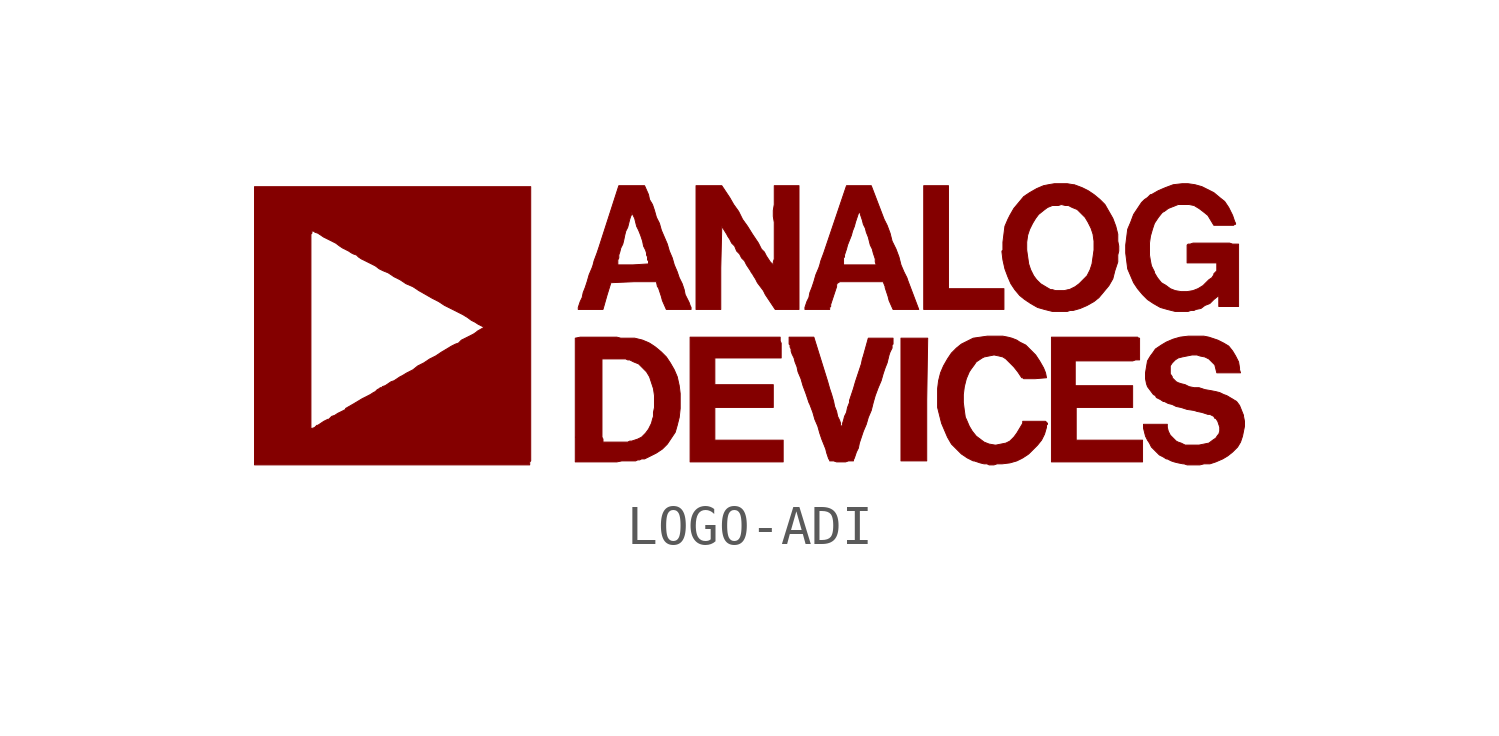
<source format=kicad_sym>
(kicad_symbol_lib
  (version 20201005)
  (generator kicad_symbol_editor)
  (symbol "LOGO-ADI"
    (pin_names
      (offset 1.016))
    (property "Reference" "#G"
      (at 0 -2.845 0)
      (effects (font (size 1.524 1.524)) hide))
    (symbol "LOGO-ADI_0_0"
      (polyline (pts (xy 4.547 -1.93) (xy 4.572 -0.356) (xy 3.886 -0.356) (xy 3.886 -3.505) (xy 4.547 -3.505) (xy 4.547 -1.93)) (stroke (width 0.025)) (fill (type outline)))
      (polyline (pts (xy 6.528 0.914) (xy 5.105 0.914) (xy 5.105 3.556) (xy 4.47 3.556) (xy 4.47 0.381) (xy 6.528 0.381) (xy 6.528 0.914)) (stroke (width 0.025)) (fill (type outline)))
      (polyline (pts (xy 0.864 -2.972) (xy -0.889 -2.972) (xy -0.889 -2.134) (xy 0.61 -2.134) (xy 0.61 -1.549) (xy -0.889 -1.549) (xy -0.889 -0.864) (xy 0.813 -0.864) (xy 0.813 -0.483) (xy 0.787 -0.432) (xy 0.787 -0.33) (xy -1.524 -0.33) (xy -1.524 -3.531) (xy 0.864 -3.531) (xy 0.864 -2.972)) (stroke (width 0.025)) (fill (type outline)))
      (polyline (pts (xy 10.084 -2.972) (xy 8.382 -2.972) (xy 8.382 -2.134) (xy 9.83 -2.134) (xy 9.83 -1.575) (xy 8.357 -1.575) (xy 8.357 -0.94) (xy 9.83 -0.94) (xy 9.906 -0.914) (xy 10.008 -0.914) (xy 10.008 -0.356) (xy 9.982 -0.356) (xy 9.957 -0.33) (xy 7.747 -0.33) (xy 7.747 -3.531) (xy 10.084 -3.531) (xy 10.084 -2.972)) (stroke (width 0.025)) (fill (type outline)))
      (polyline (pts (xy 0.533 1.6) (xy 0.432 1.753) (xy 0.381 1.854) (xy 0.305 1.93) (xy 0.229 2.083) (xy 0.076 2.311) (xy -0.051 2.515) (xy -0.178 2.692) (xy -0.279 2.896) (xy -0.406 3.073) (xy -0.508 3.251) (xy -0.711 3.556) (xy -1.372 3.556) (xy -1.372 0.381) (xy -0.737 0.381) (xy -0.737 1.448) (xy -0.711 2.515) (xy -0.584 2.311) (xy -0.559 2.261) (xy -0.508 2.184) (xy -0.457 2.083) (xy -0.381 2.007) (xy -0.33 1.88) (xy -0.254 1.803) (xy -0.203 1.702) (xy -0.127 1.626) (xy -0.076 1.524) (xy 0.025 1.372) (xy 0.051 1.321) (xy 0.076 1.295) (xy 0.102 1.245) (xy 0.152 1.168) (xy 0.203 1.067) (xy 0.356 0.864) (xy 0.406 0.762) (xy 0.66 0.381) (xy 1.27 0.381) (xy 1.27 3.556) (xy 0.635 3.556) (xy 0.635 3.073) (xy 0.61 2.921) (xy 0.61 2.769) (xy 0.635 2.616) (xy 0.635 1.676) (xy 0.61 1.6) (xy 0.61 1.524) (xy 0.584 1.549) (xy 0.533 1.6)) (stroke (width 0.025)) (fill (type outline)))
      (polyline (pts (xy -3.277 -3.505) (xy -2.921 -3.505) (xy -2.87 -3.48) (xy -2.819 -3.48) (xy -2.769 -3.454) (xy -2.692 -3.454) (xy -2.388 -3.302) (xy -2.235 -3.2) (xy -2.108 -3.073) (xy -1.905 -2.769) (xy -1.854 -2.591) (xy -1.803 -2.388) (xy -1.778 -2.159) (xy -1.778 -1.778) (xy -1.803 -1.575) (xy -1.854 -1.346) (xy -1.93 -1.168) (xy -2.032 -0.991) (xy -2.134 -0.838) (xy -2.261 -0.711) (xy -2.413 -0.584) (xy -2.565 -0.483) (xy -2.743 -0.406) (xy -2.946 -0.356) (xy -3.302 -0.356) (xy -3.404 -0.33) (xy -4.343 -0.33) (xy -4.47 -0.356) (xy -4.47 -2.896) (xy -3.785 -2.896) (xy -3.785 -0.889) (xy -3.175 -0.889) (xy -3.124 -0.914) (xy -3.073 -0.914) (xy -2.972 -0.965) (xy -2.845 -1.016) (xy -2.642 -1.219) (xy -2.565 -1.346) (xy -2.464 -1.651) (xy -2.438 -1.829) (xy -2.438 -2.134) (xy -2.464 -2.261) (xy -2.464 -2.362) (xy -2.489 -2.438) (xy -2.515 -2.54) (xy -2.591 -2.692) (xy -2.667 -2.794) (xy -2.769 -2.896) (xy -2.87 -2.946) (xy -3.023 -2.997) (xy -3.073 -2.997) (xy -3.124 -3.023) (xy -3.759 -3.023) (xy -3.759 -2.946) (xy -3.785 -2.896) (xy -4.47 -2.896) (xy -4.47 -3.531) (xy -3.404 -3.531) (xy -3.277 -3.505)) (stroke (width 0.025)) (fill (type outline)))
      (polyline (pts (xy 2.057 0.432) (xy 2.083 0.457) (xy 2.083 0.508) (xy 2.235 0.965) (xy 2.235 1.016) (xy 2.261 1.067) (xy 2.286 1.067) (xy 2.311 1.092) (xy 3.429 1.092) (xy 3.48 0.965) (xy 3.48 0.94) (xy 3.556 0.711) (xy 3.581 0.61) (xy 3.683 0.381) (xy 4.343 0.381) (xy 4.064 1.118) (xy 4.039 1.194) (xy 3.962 1.346) (xy 3.886 1.524) (xy 3.835 1.727) (xy 3.759 1.93) (xy 3.658 2.134) (xy 3.607 2.337) (xy 3.531 2.54) (xy 3.454 2.692) (xy 3.124 3.556) (xy 2.489 3.556) (xy 1.956 1.981) (xy 1.905 1.829) (xy 1.829 1.626) (xy 1.803 1.524) (xy 2.413 1.524) (xy 2.413 1.702) (xy 2.438 1.727) (xy 2.438 1.778) (xy 2.489 1.93) (xy 2.515 2.032) (xy 2.616 2.286) (xy 2.642 2.388) (xy 2.692 2.515) (xy 2.718 2.616) (xy 2.794 2.845) (xy 2.819 2.87) (xy 2.845 2.845) (xy 2.845 2.819) (xy 2.896 2.667) (xy 2.921 2.565) (xy 2.972 2.464) (xy 2.997 2.362) (xy 3.048 2.235) (xy 3.099 2.032) (xy 3.15 1.93) (xy 3.175 1.829) (xy 3.226 1.676) (xy 3.226 1.6) (xy 3.251 1.524) (xy 2.413 1.524) (xy 1.803 1.524) (xy 1.778 1.448) (xy 1.702 1.27) (xy 1.651 1.092) (xy 1.6 0.94) (xy 1.549 0.813) (xy 1.524 0.686) (xy 1.473 0.584) (xy 1.422 0.432) (xy 1.422 0.381) (xy 2.057 0.381) (xy 2.057 0.432)) (stroke (width 0.025)) (fill (type outline)))
      (polyline (pts (xy -3.658 0.737) (xy -3.556 1.067) (xy -2.972 1.092) (xy -2.388 1.092) (xy -2.362 0.965) (xy -2.337 0.94) (xy -2.261 0.711) (xy -2.235 0.61) (xy -2.134 0.381) (xy -1.499 0.381) (xy -1.499 0.432) (xy -1.524 0.483) (xy -1.549 0.559) (xy -1.651 0.762) (xy -1.676 0.889) (xy -1.727 1.041) (xy -1.803 1.194) (xy -1.854 1.346) (xy -1.93 1.524) (xy -1.981 1.702) (xy -2.057 1.88) (xy -2.108 2.057) (xy -2.261 2.413) (xy -2.311 2.591) (xy -2.388 2.743) (xy -2.438 2.921) (xy -2.489 3.073) (xy -2.565 3.2) (xy -2.591 3.327) (xy -2.692 3.556) (xy -3.353 3.556) (xy -3.861 1.981) (xy -3.912 1.829) (xy -3.988 1.626) (xy -4.013 1.524) (xy -3.378 1.524) (xy -3.378 1.651) (xy -3.353 1.702) (xy -3.353 1.778) (xy -3.327 1.854) (xy -3.302 1.956) (xy -3.251 2.057) (xy -3.226 2.159) (xy -3.2 2.286) (xy -3.175 2.388) (xy -3.124 2.489) (xy -3.073 2.692) (xy -3.048 2.769) (xy -3.023 2.819) (xy -3.023 2.87) (xy -2.997 2.87) (xy -2.997 2.819) (xy -2.946 2.718) (xy -2.896 2.515) (xy -2.845 2.413) (xy -2.794 2.286) (xy -2.743 2.134) (xy -2.718 2.007) (xy -2.667 1.905) (xy -2.642 1.829) (xy -2.642 1.778) (xy -2.616 1.727) (xy -2.616 1.651) (xy -2.591 1.626) (xy -2.591 1.549) (xy -2.997 1.524) (xy -3.378 1.524) (xy -4.013 1.524) (xy -4.039 1.448) (xy -4.115 1.27) (xy -4.166 1.092) (xy -4.216 0.94) (xy -4.267 0.813) (xy -4.293 0.686) (xy -4.343 0.584) (xy -4.394 0.432) (xy -4.394 0.381) (xy -3.759 0.381) (xy -3.658 0.737)) (stroke (width 0.025)) (fill (type outline)))
      (polyline (pts (xy 2.54 -3.505) (xy 2.667 -3.505) (xy 2.667 -3.48) (xy 2.692 -3.429) (xy 2.743 -3.277) (xy 2.794 -3.175) (xy 2.819 -3.048) (xy 2.921 -2.743) (xy 2.997 -2.565) (xy 3.048 -2.388) (xy 3.124 -2.21) (xy 3.175 -2.007) (xy 3.226 -1.829) (xy 3.302 -1.626) (xy 3.378 -1.448) (xy 3.429 -1.27) (xy 3.48 -1.118) (xy 3.531 -0.991) (xy 3.581 -0.787) (xy 3.607 -0.711) (xy 3.658 -0.61) (xy 3.658 -0.533) (xy 3.683 -0.508) (xy 3.683 -0.356) (xy 3.048 -0.356) (xy 2.921 -0.813) (xy 2.896 -0.889) (xy 2.87 -1.016) (xy 2.718 -1.473) (xy 2.667 -1.651) (xy 2.565 -1.956) (xy 2.565 -2.007) (xy 2.515 -2.134) (xy 2.489 -2.261) (xy 2.438 -2.362) (xy 2.413 -2.464) (xy 2.388 -2.54) (xy 2.388 -2.591) (xy 2.362 -2.616) (xy 2.337 -2.591) (xy 2.337 -2.54) (xy 2.311 -2.464) (xy 2.261 -2.362) (xy 2.235 -2.235) (xy 2.184 -2.108) (xy 2.159 -1.981) (xy 2.108 -1.803) (xy 2.057 -1.651) (xy 2.007 -1.473) (xy 1.651 -0.33) (xy 1.016 -0.33) (xy 1.016 -0.508) (xy 1.041 -0.533) (xy 1.041 -0.584) (xy 1.067 -0.635) (xy 1.067 -0.686) (xy 1.092 -0.762) (xy 1.143 -0.864) (xy 1.168 -0.965) (xy 1.219 -1.092) (xy 1.245 -1.219) (xy 1.321 -1.397) (xy 1.372 -1.575) (xy 1.448 -1.778) (xy 1.524 -2.007) (xy 1.549 -2.057) (xy 1.626 -2.261) (xy 1.676 -2.438) (xy 1.753 -2.616) (xy 1.803 -2.794) (xy 1.854 -2.946) (xy 1.956 -3.2) (xy 1.981 -3.302) (xy 2.032 -3.454) (xy 2.057 -3.48) (xy 2.057 -3.505) (xy 2.159 -3.505) (xy 2.235 -3.531) (xy 2.464 -3.531) (xy 2.54 -3.505)) (stroke (width 0.025)) (fill (type outline)))
      (polyline (pts (xy 6.35 -3.581) (xy 6.477 -3.581) (xy 6.68 -3.556) (xy 6.858 -3.505) (xy 7.01 -3.429) (xy 7.163 -3.327) (xy 7.391 -3.099) (xy 7.493 -2.972) (xy 7.569 -2.819) (xy 7.62 -2.642) (xy 7.62 -2.591) (xy 7.645 -2.565) (xy 7.645 -2.54) (xy 7.595 -2.489) (xy 7.01 -2.489) (xy 7.01 -2.54) (xy 6.858 -2.794) (xy 6.782 -2.896) (xy 6.68 -2.997) (xy 6.579 -3.048) (xy 6.325 -3.099) (xy 6.299 -3.099) (xy 6.147 -3.073) (xy 6.02 -3.023) (xy 5.817 -2.87) (xy 5.715 -2.743) (xy 5.639 -2.616) (xy 5.563 -2.438) (xy 5.537 -2.388) (xy 5.512 -2.21) (xy 5.486 -2.007) (xy 5.486 -1.803) (xy 5.512 -1.6) (xy 5.563 -1.397) (xy 5.639 -1.219) (xy 5.69 -1.143) (xy 5.766 -1.041) (xy 5.817 -0.965) (xy 5.969 -0.864) (xy 6.02 -0.838) (xy 6.274 -0.787) (xy 6.401 -0.813) (xy 6.502 -0.838) (xy 6.579 -0.889) (xy 6.782 -1.092) (xy 6.883 -1.219) (xy 6.985 -1.372) (xy 7.01 -1.372) (xy 7.036 -1.397) (xy 7.315 -1.397) (xy 7.62 -1.372) (xy 7.595 -1.245) (xy 7.544 -1.118) (xy 7.442 -0.94) (xy 7.341 -0.787) (xy 7.087 -0.533) (xy 6.934 -0.457) (xy 6.858 -0.406) (xy 6.731 -0.356) (xy 6.629 -0.33) (xy 6.502 -0.305) (xy 6.096 -0.305) (xy 5.74 -0.356) (xy 5.436 -0.508) (xy 5.309 -0.61) (xy 5.182 -0.737) (xy 5.08 -0.889) (xy 4.978 -1.067) (xy 4.902 -1.245) (xy 4.851 -1.448) (xy 4.826 -1.651) (xy 4.826 -2.134) (xy 4.928 -2.54) (xy 5.08 -2.896) (xy 5.182 -3.073) (xy 5.436 -3.327) (xy 5.588 -3.429) (xy 5.74 -3.505) (xy 5.766 -3.505) (xy 5.918 -3.556) (xy 6.02 -3.581) (xy 6.096 -3.581) (xy 6.147 -3.607) (xy 6.274 -3.607) (xy 6.35 -3.581)) (stroke (width 0.025)) (fill (type outline)))
      (polyline (pts (xy -5.639 -3.531) (xy -5.613 -3.505) (xy -5.613 3.531) (xy -12.7 3.531) (xy -12.7 2.311) (xy -11.252 2.311) (xy -11.227 2.337) (xy -11.227 2.413) (xy -11.201 2.413) (xy -11.201 2.388) (xy -11.176 2.388) (xy -11.151 2.362) (xy -11.074 2.337) (xy -10.922 2.235) (xy -10.617 2.083) (xy -10.516 2.007) (xy -10.439 1.956) (xy -10.287 1.88) (xy -10.211 1.829) (xy -10.16 1.803) (xy -10.084 1.778) (xy -10.033 1.727) (xy -9.957 1.676) (xy -9.601 1.499) (xy -9.5 1.422) (xy -9.398 1.372) (xy -9.271 1.321) (xy -9.119 1.219) (xy -8.966 1.143) (xy -8.814 1.041) (xy -8.636 0.965) (xy -8.484 0.864) (xy -8.128 0.66) (xy -7.976 0.584) (xy -7.823 0.483) (xy -7.366 0.254) (xy -7.239 0.178) (xy -7.137 0.102) (xy -7.036 0.051) (xy -6.96 0) (xy -6.807 -0.076) (xy -6.985 -0.178) (xy -7.01 -0.203) (xy -7.087 -0.254) (xy -7.391 -0.406) (xy -7.468 -0.483) (xy -7.544 -0.508) (xy -7.645 -0.559) (xy -7.899 -0.711) (xy -8.052 -0.813) (xy -8.204 -0.889) (xy -8.357 -0.991) (xy -8.509 -1.067) (xy -8.636 -1.168) (xy -8.788 -1.245) (xy -8.915 -1.321) (xy -8.966 -1.346) (xy -9.119 -1.448) (xy -9.195 -1.473) (xy -9.347 -1.575) (xy -9.423 -1.6) (xy -9.423 -1.626) (xy -9.474 -1.626) (xy -9.5 -1.651) (xy -9.55 -1.676) (xy -9.601 -1.727) (xy -9.652 -1.753) (xy -9.728 -1.803) (xy -9.931 -1.905) (xy -10.185 -2.057) (xy -10.363 -2.159) (xy -10.363 -2.184) (xy -10.566 -2.286) (xy -10.643 -2.337) (xy -10.719 -2.362) (xy -10.795 -2.438) (xy -10.82 -2.438) (xy -10.922 -2.489) (xy -11.074 -2.591) (xy -11.1 -2.591) (xy -11.151 -2.642) (xy -11.201 -2.667) (xy -11.227 -2.667) (xy -11.252 -2.692) (xy -11.252 2.311) (xy -12.7 2.311) (xy -12.7 -3.607) (xy -5.639 -3.607) (xy -5.639 -3.531)) (stroke (width 0.025)) (fill (type outline)))
      (polyline (pts (xy 8.23 0.356) (xy 8.306 0.356) (xy 8.484 0.406) (xy 8.661 0.483) (xy 8.839 0.584) (xy 8.966 0.686) (xy 9.22 0.991) (xy 9.322 1.168) (xy 9.373 1.372) (xy 9.449 1.6) (xy 9.449 1.778) (xy 9.474 1.88) (xy 9.474 2.007) (xy 9.449 2.134) (xy 9.449 2.311) (xy 9.398 2.515) (xy 9.322 2.718) (xy 9.119 3.073) (xy 8.992 3.2) (xy 8.839 3.327) (xy 8.687 3.429) (xy 8.534 3.505) (xy 8.331 3.581) (xy 8.306 3.581) (xy 8.153 3.607) (xy 7.823 3.607) (xy 7.671 3.581) (xy 7.544 3.556) (xy 7.366 3.48) (xy 7.188 3.378) (xy 7.036 3.277) (xy 6.782 2.972) (xy 6.68 2.794) (xy 6.629 2.692) (xy 6.553 2.515) (xy 6.502 2.108) (xy 6.502 1.905) (xy 7.112 1.905) (xy 7.112 2.108) (xy 7.137 2.286) (xy 7.188 2.438) (xy 7.264 2.591) (xy 7.341 2.718) (xy 7.417 2.819) (xy 7.544 2.921) (xy 7.645 2.997) (xy 7.772 3.048) (xy 7.925 3.048) (xy 8.001 3.073) (xy 8.103 3.048) (xy 8.179 3.048) (xy 8.28 2.997) (xy 8.407 2.946) (xy 8.611 2.743) (xy 8.687 2.616) (xy 8.763 2.464) (xy 8.814 2.311) (xy 8.839 2.134) (xy 8.839 1.905) (xy 8.788 1.549) (xy 8.738 1.397) (xy 8.661 1.245) (xy 8.458 1.041) (xy 8.357 0.965) (xy 8.204 0.889) (xy 8.179 0.889) (xy 8.077 0.864) (xy 7.849 0.864) (xy 7.772 0.889) (xy 7.722 0.889) (xy 7.468 1.041) (xy 7.366 1.143) (xy 7.29 1.245) (xy 7.214 1.397) (xy 7.163 1.549) (xy 7.112 1.905) (xy 6.502 1.905) (xy 6.477 1.88) (xy 6.477 1.854) (xy 6.502 1.651) (xy 6.553 1.422) (xy 6.629 1.219) (xy 6.706 1.041) (xy 6.807 0.889) (xy 6.934 0.737) (xy 7.061 0.635) (xy 7.214 0.533) (xy 7.391 0.432) (xy 7.569 0.381) (xy 7.772 0.33) (xy 8.153 0.33) (xy 8.23 0.356)) (stroke (width 0.025)) (fill (type outline)))
      (polyline (pts (xy 11.328 0.356) (xy 11.405 0.356) (xy 11.455 0.381) (xy 11.582 0.406) (xy 11.684 0.483) (xy 11.811 0.533) (xy 11.913 0.635) (xy 12.04 0.737) (xy 12.04 0.457) (xy 12.548 0.457) (xy 12.548 2.057) (xy 12.395 2.057) (xy 12.319 2.083) (xy 11.379 2.083) (xy 11.303 2.057) (xy 11.252 2.057) (xy 11.227 2.032) (xy 11.227 1.575) (xy 11.989 1.575) (xy 11.989 1.372) (xy 11.913 1.295) (xy 11.913 1.27) (xy 11.862 1.194) (xy 11.786 1.143) (xy 11.633 0.991) (xy 11.506 0.914) (xy 11.379 0.864) (xy 11.227 0.838) (xy 11.074 0.838) (xy 10.922 0.864) (xy 10.795 0.914) (xy 10.693 0.991) (xy 10.566 1.067) (xy 10.465 1.194) (xy 10.389 1.321) (xy 10.389 1.346) (xy 10.312 1.499) (xy 10.287 1.626) (xy 10.262 1.778) (xy 10.262 2.083) (xy 10.287 2.261) (xy 10.338 2.438) (xy 10.389 2.591) (xy 10.49 2.743) (xy 10.592 2.87) (xy 10.643 2.896) (xy 10.744 2.972) (xy 10.998 3.073) (xy 11.278 3.073) (xy 11.405 3.048) (xy 11.532 2.972) (xy 11.633 2.896) (xy 11.76 2.794) (xy 11.913 2.54) (xy 12.421 2.54) (xy 12.446 2.565) (xy 12.471 2.565) (xy 12.471 2.591) (xy 12.446 2.642) (xy 12.395 2.794) (xy 12.294 2.997) (xy 12.192 3.15) (xy 12.065 3.251) (xy 11.913 3.378) (xy 11.608 3.531) (xy 11.43 3.581) (xy 11.252 3.607) (xy 11.1 3.607) (xy 10.871 3.581) (xy 10.668 3.505) (xy 10.49 3.429) (xy 10.312 3.327) (xy 10.287 3.327) (xy 10.211 3.251) (xy 10.135 3.2) (xy 10.058 3.124) (xy 9.855 2.819) (xy 9.779 2.616) (xy 9.703 2.438) (xy 9.652 2.032) (xy 9.652 1.829) (xy 9.703 1.422) (xy 9.855 1.067) (xy 9.957 0.914) (xy 10.084 0.762) (xy 10.211 0.635) (xy 10.363 0.533) (xy 10.541 0.432) (xy 10.719 0.381) (xy 10.922 0.33) (xy 11.252 0.33) (xy 11.328 0.356)) (stroke (width 0.025)) (fill (type outline)))
      (polyline (pts (xy 11.659 -3.581) (xy 11.811 -3.581) (xy 11.963 -3.531) (xy 12.141 -3.454) (xy 12.268 -3.378) (xy 12.395 -3.277) (xy 12.522 -3.15) (xy 12.598 -3.023) (xy 12.649 -2.87) (xy 12.7 -2.616) (xy 12.7 -2.489) (xy 12.675 -2.362) (xy 12.675 -2.337) (xy 12.573 -2.083) (xy 12.497 -1.981) (xy 12.243 -1.829) (xy 12.167 -1.803) (xy 12.065 -1.753) (xy 11.963 -1.727) (xy 11.836 -1.702) (xy 11.684 -1.676) (xy 11.532 -1.626) (xy 11.405 -1.626) (xy 11.278 -1.6) (xy 11.176 -1.549) (xy 11.074 -1.524) (xy 10.998 -1.499) (xy 10.947 -1.473) (xy 10.846 -1.372) (xy 10.846 -1.346) (xy 10.795 -1.27) (xy 10.795 -1.067) (xy 10.846 -0.991) (xy 10.922 -0.914) (xy 10.998 -0.864) (xy 11.1 -0.838) (xy 11.354 -0.787) (xy 11.481 -0.787) (xy 11.557 -0.813) (xy 11.684 -0.838) (xy 11.786 -0.889) (xy 11.938 -1.041) (xy 11.989 -1.245) (xy 12.598 -1.245) (xy 12.573 -1.168) (xy 12.573 -1.118) (xy 12.548 -0.965) (xy 12.471 -0.813) (xy 12.395 -0.686) (xy 12.294 -0.559) (xy 12.167 -0.483) (xy 12.014 -0.406) (xy 11.786 -0.33) (xy 11.659 -0.305) (xy 11.252 -0.305) (xy 11.049 -0.33) (xy 10.871 -0.381) (xy 10.693 -0.457) (xy 10.566 -0.533) (xy 10.414 -0.635) (xy 10.363 -0.711) (xy 10.287 -0.813) (xy 10.211 -0.94) (xy 10.16 -1.245) (xy 10.16 -1.397) (xy 10.185 -1.524) (xy 10.211 -1.6) (xy 10.363 -1.803) (xy 10.414 -1.829) (xy 10.439 -1.88) (xy 10.541 -1.93) (xy 10.617 -1.981) (xy 10.643 -1.981) (xy 10.744 -2.032) (xy 10.846 -2.057) (xy 10.947 -2.108) (xy 11.074 -2.134) (xy 11.227 -2.184) (xy 11.405 -2.21) (xy 11.481 -2.235) (xy 11.608 -2.261) (xy 11.76 -2.311) (xy 11.811 -2.311) (xy 11.913 -2.362) (xy 11.938 -2.413) (xy 11.963 -2.413) (xy 12.014 -2.489) (xy 12.065 -2.642) (xy 12.065 -2.743) (xy 12.04 -2.819) (xy 12.014 -2.845) (xy 11.963 -2.921) (xy 11.887 -2.972) (xy 11.786 -3.048) (xy 11.532 -3.099) (xy 11.176 -3.099) (xy 11.074 -3.048) (xy 10.998 -3.023) (xy 10.947 -2.997) (xy 10.795 -2.845) (xy 10.744 -2.743) (xy 10.719 -2.642) (xy 10.719 -2.565) (xy 10.109 -2.565) (xy 10.109 -2.667) (xy 10.16 -2.87) (xy 10.211 -2.972) (xy 10.262 -3.048) (xy 10.312 -3.15) (xy 10.516 -3.353) (xy 10.617 -3.404) (xy 10.693 -3.454) (xy 10.719 -3.454) (xy 10.82 -3.505) (xy 10.897 -3.531) (xy 10.998 -3.556) (xy 11.125 -3.581) (xy 11.151 -3.581) (xy 11.227 -3.607) (xy 11.557 -3.607) (xy 11.659 -3.581)) (stroke (width 0.025)) (fill (type outline))))))
</source>
